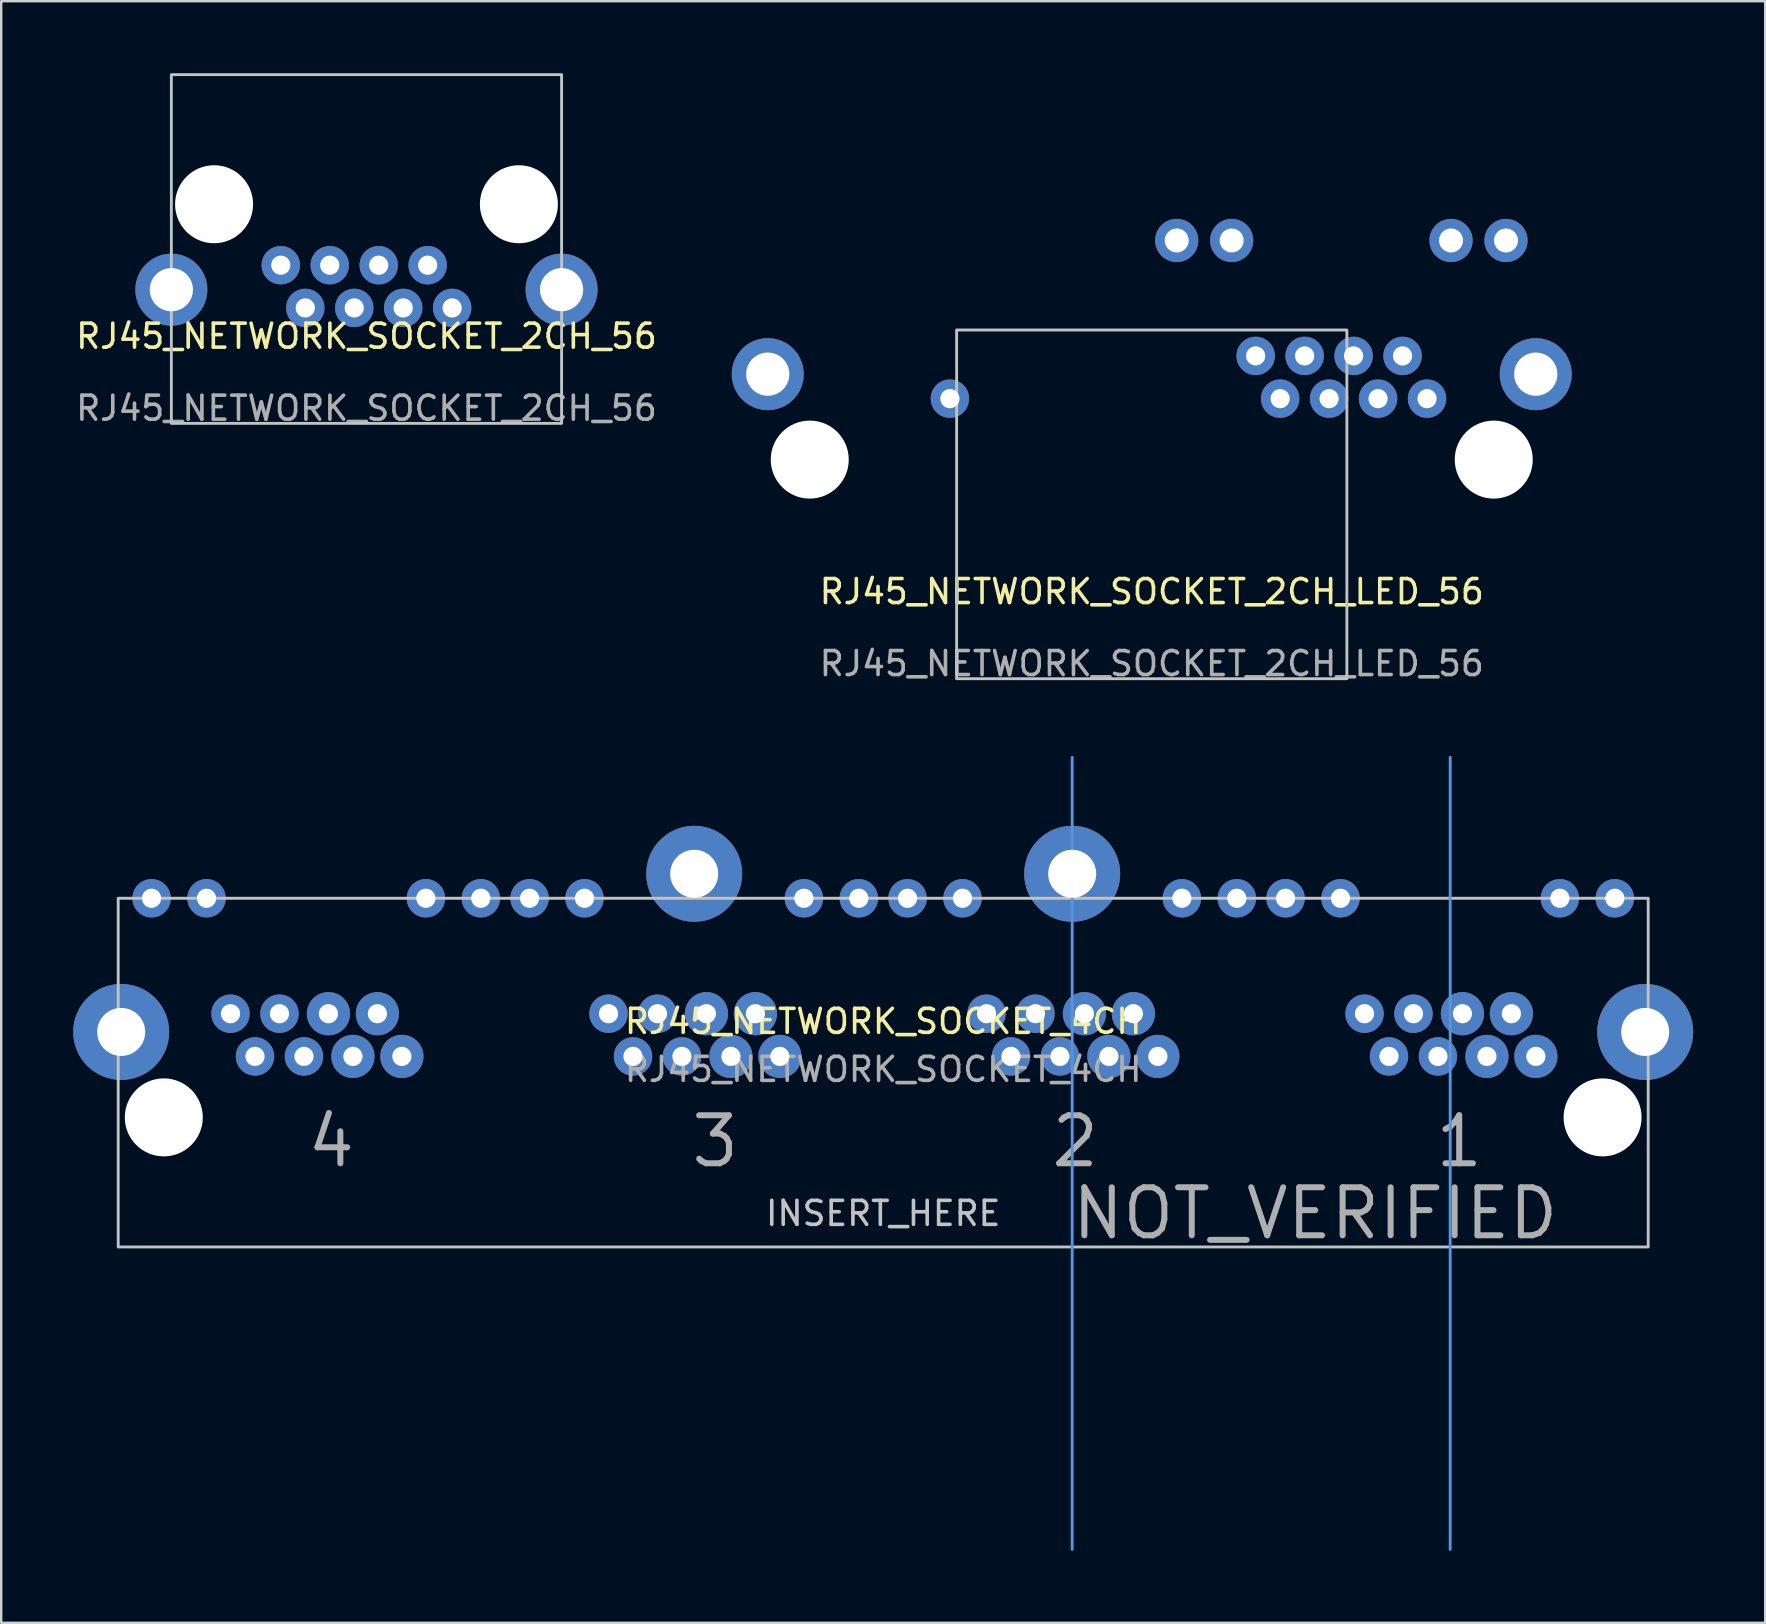
<source format=kicad_pcb>
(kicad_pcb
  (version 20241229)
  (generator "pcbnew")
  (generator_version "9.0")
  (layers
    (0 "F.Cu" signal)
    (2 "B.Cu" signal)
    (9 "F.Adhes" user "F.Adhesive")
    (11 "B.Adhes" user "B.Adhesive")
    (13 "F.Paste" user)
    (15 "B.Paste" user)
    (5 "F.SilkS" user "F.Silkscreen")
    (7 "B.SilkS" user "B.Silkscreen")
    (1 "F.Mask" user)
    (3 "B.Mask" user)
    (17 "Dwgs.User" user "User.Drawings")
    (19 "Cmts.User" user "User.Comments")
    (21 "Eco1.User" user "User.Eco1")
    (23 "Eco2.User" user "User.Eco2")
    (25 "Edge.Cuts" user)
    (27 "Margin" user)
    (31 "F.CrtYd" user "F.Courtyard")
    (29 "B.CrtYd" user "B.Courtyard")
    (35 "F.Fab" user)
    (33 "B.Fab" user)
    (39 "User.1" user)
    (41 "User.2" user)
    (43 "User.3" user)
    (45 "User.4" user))
  (footprint "RJ45_NETWORK_SOCKET_2CH_LED_56"
    (layer "F.Cu")
    (at 44.94 16.1)
    (property "Reference" "RJ45_NETWORK_SOCKET_2CH_LED_56" (at 0 5.5 0) (unlocked yes) (layer "F.SilkS") (effects (font (size 1 1) (thickness 0.15))))
    (attr through_hole)
    (fp_rect (start -8.13 -5.4) (end 8.13 9.13) (stroke (width 0.12) (type solid)) (fill no) (layer "Dwgs.User"))
    (fp_line (start -7.9 -16) (end -7.9 6) (stroke (width 0.2) (type solid)) (layer "User.9"))
    (fp_line (start 7.9 -16) (end 7.9 6) (stroke (width 0.2) (type solid)) (layer "User.9"))
    (fp_text user "${REFERENCE}" (at 0 8.5 0) (unlocked yes) (layer "F.Fab") (effects (font (size 1 1) (thickness 0.15))))
    (pad "" np_thru_hole circle (at -14.25 0) (size 3.25 3.25) (drill 3.25) (layers "*.Cu" "*.Mask"))
    (pad "" np_thru_hole circle (at 14.25 0) (size 3.25 3.25) (drill 3.25) (layers "*.Cu" "*.Mask"))
    (pad "1" thru_hole oval (at 4.33 -4.32) (size 1.6 1.6) (drill 0.8) (layers "*.Cu" "*.Mask"))
    (pad "2" thru_hole oval (at 5.35 -2.54) (size 1.6 1.6) (drill 0.8) (layers "*.Cu" "*.Mask"))
    (pad "3" thru_hole oval (at 6.37 -4.32) (size 1.6 1.6) (drill 0.8) (layers "*.Cu" "*.Mask"))
    (pad "4" thru_hole oval (at -8.41 -2.54) (size 1.6 1.6) (drill 0.8) (layers "*.Cu" "*.Mask"))
    (pad "4" thru_hole oval (at 7.39 -2.54) (size 1.6 1.6) (drill 0.8) (layers "*.Cu" "*.Mask"))
    (pad "5" thru_hole oval (at 8.41 -4.32) (size 1.6 1.6) (drill 0.8) (layers "*.Cu" "*.Mask"))
    (pad "6" thru_hole oval (at 11.47 -2.54) (size 1.6 1.6) (drill 0.8) (layers "*.Cu" "*.Mask"))
    (pad "7" thru_hole oval (at 10.45 -4.32) (size 1.6 1.6) (drill 0.8) (layers "*.Cu" "*.Mask"))
    (pad "8" thru_hole oval (at 9.43 -2.54) (size 1.6 1.6) (drill 0.8) (layers "*.Cu" "*.Mask"))
    (pad "G" thru_hole circle (at -16 -3.56) (size 3 3) (drill 1.8) (layers "*.Cu" "*.Mask"))
    (pad "G" thru_hole circle (at 16 -3.56) (size 3 3) (drill 1.8) (layers "*.Cu" "*.Mask"))
    (pad "G4" thru_hole circle (at 1.04 -9.13) (size 1.8 1.8) (drill 1) (layers "*.Cu" "*.Mask"))
    (pad "G5" thru_hole circle (at 3.33 -9.13) (size 1.8 1.8) (drill 1) (layers "*.Cu" "*.Mask"))
    (pad "G6" thru_hole circle (at 12.47 -9.13) (size 1.8 1.8) (drill 1) (layers "*.Cu" "*.Mask"))
    (pad "G7" thru_hole circle (at 14.76 -9.13) (size 1.8 1.8) (drill 1) (layers "*.Cu" "*.Mask")))
  (footprint "RJ45_NETWORK_SOCKET_4CH"
    (layer "F.Cu")
    (at 33.75 43.508)
    (property "Reference" "RJ45_NETWORK_SOCKET_4CH" (at 0 -4 0) (unlocked yes) (layer "F.SilkS") (effects (font (size 1 1) (thickness 0.15))))
    (attr through_hole)
    (fp_rect (start -31.875 5.4) (end 31.875 -9.13) (stroke (width 0.12) (type solid)) (fill no) (layer "Dwgs.User"))
    (fp_line (start 7.875 -15) (end 7.875 18) (stroke (width 0.12) (type solid)) (layer "Cmts.User"))
    (fp_line (start 23.625 -15) (end 23.625 18) (stroke (width 0.12) (type solid)) (layer "Cmts.User"))
    (fp_text user "INSERT_HERE" (at 0 4 0) (unlocked yes) (layer "Dwgs.User") (effects (font (size 1 1) (thickness 0.15))))
    (fp_text user "2" (at 8 1 0) (unlocked yes) (layer "F.Fab") (effects (font (size 2 2) (thickness 0.25))))
    (fp_text user "4" (at -23 1 0) (unlocked yes) (layer "F.Fab") (effects (font (size 2 2) (thickness 0.25))))
    (fp_text user "NOT_VERIFIED" (at 18 4 0) (unlocked yes) (layer "F.Fab") (effects (font (size 2 2) (thickness 0.25))))
    (fp_text user "1" (at 24 1 0) (unlocked yes) (layer "F.Fab") (effects (font (size 2 2) (thickness 0.25))))
    (fp_text user "3" (at -7 1 0) (unlocked yes) (layer "F.Fab") (effects (font (size 2 2) (thickness 0.25))))
    (fp_text user "${REFERENCE}" (at 0 -2 0) (unlocked yes) (layer "F.Fab") (effects (font (size 1 1) (thickness 0.15))))
    (pad "" np_thru_hole circle (at -29.975 0) (size 3.25 3.25) (drill 3.25) (layers "*.Cu" "*.Mask"))
    (pad "" np_thru_hole circle (at 29.975 0) (size 3.25 3.25) (drill 3.25) (layers "*.Cu" "*.Mask"))
    (pad "1.1" thru_hole oval (at 27.195 -2.54) (size 1.8 1.8) (drill 0.8) (layers "*.Cu" "*.Mask"))
    (pad "1.2" thru_hole oval (at 26.175 -4.32) (size 1.8 1.8) (drill 0.8) (layers "*.Cu" "*.Mask"))
    (pad "1.3" thru_hole oval (at 25.155 -2.54) (size 1.8 1.8) (drill 0.8) (layers "*.Cu" "*.Mask"))
    (pad "1.4" thru_hole oval (at 24.135 -4.32) (size 1.8 1.8) (drill 0.8) (layers "*.Cu" "*.Mask"))
    (pad "1.5" thru_hole oval (at 23.115 -2.54) (size 1.6 1.6) (drill 0.8) (layers "*.Cu" "*.Mask"))
    (pad "1.6" thru_hole oval (at 22.095 -4.32) (size 1.6 1.6) (drill 0.8) (layers "*.Cu" "*.Mask"))
    (pad "1.7" thru_hole oval (at 21.075 -2.54) (size 1.6 1.6) (drill 0.8) (layers "*.Cu" "*.Mask"))
    (pad "1.8" thru_hole oval (at 20.055 -4.32) (size 1.6 1.6) (drill 0.8) (layers "*.Cu" "*.Mask"))
    (pad "1.9" thru_hole oval (at 30.485 -9.13) (size 1.6 1.6) (drill 0.8) (layers "*.Cu" "*.Mask"))
    (pad "1.10" thru_hole oval (at 28.195 -9.13) (size 1.6 1.6) (drill 0.8) (layers "*.Cu" "*.Mask"))
    (pad "1.11" thru_hole oval (at 19.055 -9.13) (size 1.6 1.6) (drill 0.8) (layers "*.Cu" "*.Mask"))
    (pad "1.12" thru_hole oval (at 16.765 -9.13) (size 1.6 1.6) (drill 0.8) (layers "*.Cu" "*.Mask"))
    (pad "2.1" thru_hole oval (at 11.445 -2.54) (size 1.8 1.8) (drill 0.8) (layers "*.Cu" "*.Mask"))
    (pad "2.2" thru_hole oval (at 10.425 -4.32) (size 1.8 1.8) (drill 0.8) (layers "*.Cu" "*.Mask"))
    (pad "2.3" thru_hole oval (at 9.405 -2.54) (size 1.8 1.8) (drill 0.8) (layers "*.Cu" "*.Mask"))
    (pad "2.4" thru_hole oval (at 8.385 -4.32) (size 1.8 1.8) (drill 0.8) (layers "*.Cu" "*.Mask"))
    (pad "2.5" thru_hole oval (at 7.365 -2.54) (size 1.6 1.6) (drill 0.8) (layers "*.Cu" "*.Mask"))
    (pad "2.6" thru_hole oval (at 6.345 -4.32) (size 1.6 1.6) (drill 0.8) (layers "*.Cu" "*.Mask"))
    (pad "2.7" thru_hole oval (at 5.325 -2.54) (size 1.6 1.6) (drill 0.8) (layers "*.Cu" "*.Mask"))
    (pad "2.8" thru_hole oval (at 4.305 -4.32) (size 1.6 1.6) (drill 0.8) (layers "*.Cu" "*.Mask"))
    (pad "2.9" thru_hole oval (at 14.735 -9.13) (size 1.6 1.6) (drill 0.8) (layers "*.Cu" "*.Mask"))
    (pad "2.10" thru_hole oval (at 12.445 -9.13) (size 1.6 1.6) (drill 0.8) (layers "*.Cu" "*.Mask"))
    (pad "2.11" thru_hole oval (at 3.305 -9.13) (size 1.6 1.6) (drill 0.8) (layers "*.Cu" "*.Mask"))
    (pad "2.12" thru_hole oval (at 1.015 -9.13) (size 1.6 1.6) (drill 0.8) (layers "*.Cu" "*.Mask"))
    (pad "3.1" thru_hole oval (at -4.305 -2.54) (size 1.8 1.8) (drill 0.8) (layers "*.Cu" "*.Mask"))
    (pad "3.2" thru_hole oval (at -5.325 -4.32) (size 1.8 1.8) (drill 0.8) (layers "*.Cu" "*.Mask"))
    (pad "3.3" thru_hole oval (at -6.345 -2.54) (size 1.8 1.8) (drill 0.8) (layers "*.Cu" "*.Mask"))
    (pad "3.4" thru_hole oval (at -7.365 -4.32) (size 1.8 1.8) (drill 0.8) (layers "*.Cu" "*.Mask"))
    (pad "3.5" thru_hole oval (at -8.385 -2.54) (size 1.6 1.6) (drill 0.8) (layers "*.Cu" "*.Mask"))
    (pad "3.6" thru_hole oval (at -9.405 -4.32) (size 1.6 1.6) (drill 0.8) (layers "*.Cu" "*.Mask"))
    (pad "3.7" thru_hole oval (at -10.425 -2.54) (size 1.6 1.6) (drill 0.8) (layers "*.Cu" "*.Mask"))
    (pad "3.8" thru_hole oval (at -11.445 -4.32) (size 1.6 1.6) (drill 0.8) (layers "*.Cu" "*.Mask"))
    (pad "3.9" thru_hole oval (at -1.015 -9.13) (size 1.6 1.6) (drill 0.8) (layers "*.Cu" "*.Mask"))
    (pad "3.10" thru_hole oval (at -3.305 -9.13) (size 1.6 1.6) (drill 0.8) (layers "*.Cu" "*.Mask"))
    (pad "3.11" thru_hole oval (at -12.445 -9.13) (size 1.6 1.6) (drill 0.8) (layers "*.Cu" "*.Mask"))
    (pad "3.12" thru_hole oval (at -14.735 -9.13) (size 1.6 1.6) (drill 0.8) (layers "*.Cu" "*.Mask"))
    (pad "4.1" thru_hole oval (at -20.055 -2.54) (size 1.8 1.8) (drill 0.8) (layers "*.Cu" "*.Mask"))
    (pad "4.2" thru_hole oval (at -21.075 -4.32) (size 1.8 1.8) (drill 0.8) (layers "*.Cu" "*.Mask"))
    (pad "4.3" thru_hole oval (at -22.095 -2.54) (size 1.8 1.8) (drill 0.8) (layers "*.Cu" "*.Mask"))
    (pad "4.4" thru_hole oval (at -23.115 -4.32) (size 1.8 1.8) (drill 0.8) (layers "*.Cu" "*.Mask"))
    (pad "4.5" thru_hole oval (at -24.135 -2.54) (size 1.6 1.6) (drill 0.8) (layers "*.Cu" "*.Mask"))
    (pad "4.6" thru_hole oval (at -25.155 -4.32) (size 1.6 1.6) (drill 0.8) (layers "*.Cu" "*.Mask"))
    (pad "4.7" thru_hole oval (at -26.175 -2.54) (size 1.6 1.6) (drill 0.8) (layers "*.Cu" "*.Mask"))
    (pad "4.8" thru_hole oval (at -27.195 -4.32) (size 1.6 1.6) (drill 0.8) (layers "*.Cu" "*.Mask"))
    (pad "4.9" thru_hole oval (at -16.765 -9.13) (size 1.6 1.6) (drill 0.8) (layers "*.Cu" "*.Mask"))
    (pad "4.10" thru_hole oval (at -19.055 -9.13) (size 1.6 1.6) (drill 0.8) (layers "*.Cu" "*.Mask"))
    (pad "4.11" thru_hole oval (at -28.195 -9.13) (size 1.6 1.6) (drill 0.8) (layers "*.Cu" "*.Mask"))
    (pad "4.12" thru_hole oval (at -30.485 -9.13) (size 1.6 1.6) (drill 0.8) (layers "*.Cu" "*.Mask"))
    (pad "G" thru_hole circle (at -31.75 -3.56) (size 4 4) (drill 2) (layers "*.Cu" "*.Mask"))
    (pad "G" thru_hole circle (at -7.875 -10.15) (size 4 4) (drill 2) (layers "*.Cu" "*.Mask"))
    (pad "G" thru_hole circle (at 7.875 -10.15) (size 4 4) (drill 2) (layers "*.Cu" "*.Mask"))
    (pad "G" thru_hole circle (at 31.75 -3.56) (size 4 4) (drill 2) (layers "*.Cu" "*.Mask")))
  (footprint "RJ45_NETWORK_SOCKET_2CH_56"
    (layer "F.Cu")
    (at 12.22 5.46)
    (property "Reference" "RJ45_NETWORK_SOCKET_2CH_56" (at 0 5.5 0) (unlocked yes) (layer "F.SilkS") (effects (font (size 1 1) (thickness 0.15))))
    (attr through_hole)
    (fp_rect (start -8.13 -5.4) (end 8.13 9.13) (stroke (width 0.12) (type solid)) (fill no) (layer "Dwgs.User"))
    (fp_text user "${REFERENCE}" (at 0 8.5 0) (unlocked yes) (layer "F.Fab") (effects (font (size 1 1) (thickness 0.15))))
    (pad "" np_thru_hole circle (at -6.35 0) (size 3.25 3.25) (drill 3.25) (layers "*.Cu" "*.Mask"))
    (pad "" np_thru_hole circle (at 6.35 0) (size 3.25 3.25) (drill 3.25) (layers "*.Cu" "*.Mask"))
    (pad "1" thru_hole oval (at -3.57 2.54) (size 1.6 1.6) (drill 0.8) (layers "*.Cu" "*.Mask"))
    (pad "2" thru_hole oval (at -2.55 4.32) (size 1.6 1.6) (drill 0.8) (layers "*.Cu" "*.Mask"))
    (pad "3" thru_hole oval (at -1.53 2.54) (size 1.6 1.6) (drill 0.8) (layers "*.Cu" "*.Mask"))
    (pad "4" thru_hole oval (at -0.51 4.32) (size 1.6 1.6) (drill 0.8) (layers "*.Cu" "*.Mask"))
    (pad "5" thru_hole oval (at 0.51 2.54) (size 1.6 1.6) (drill 0.8) (layers "*.Cu" "*.Mask"))
    (pad "6" thru_hole oval (at 1.53 4.32) (size 1.6 1.6) (drill 0.8) (layers "*.Cu" "*.Mask"))
    (pad "7" thru_hole oval (at 2.55 2.54) (size 1.6 1.6) (drill 0.8) (layers "*.Cu" "*.Mask"))
    (pad "8" thru_hole oval (at 3.57 4.32) (size 1.6 1.6) (drill 0.8) (layers "*.Cu" "*.Mask"))
    (pad "G" thru_hole circle (at -8.13 3.56) (size 3 3) (drill 1.8) (layers "*.Cu" "*.Mask"))
    (pad "G" thru_hole circle (at 8.13 3.56) (size 3 3) (drill 1.8) (layers "*.Cu" "*.Mask")))
  (gr_rect
    (start -3 -3)
    (end 70.5 64.568)
    (stroke (width 0.1) (type default))
    (fill no)
    (layer "Edge.Cuts")))
</source>
